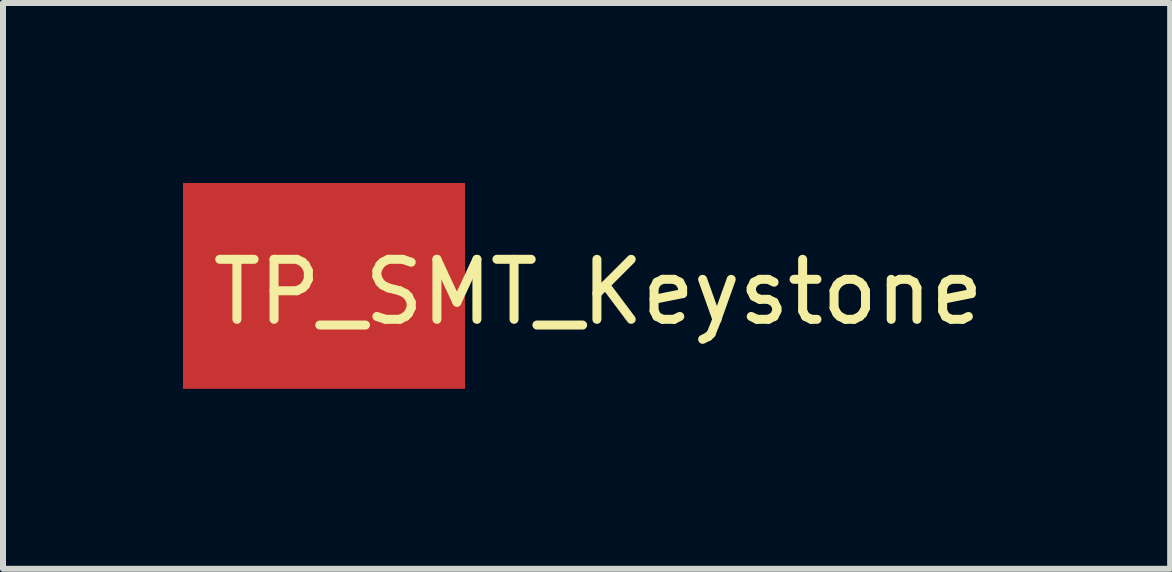
<source format=kicad_pcb>
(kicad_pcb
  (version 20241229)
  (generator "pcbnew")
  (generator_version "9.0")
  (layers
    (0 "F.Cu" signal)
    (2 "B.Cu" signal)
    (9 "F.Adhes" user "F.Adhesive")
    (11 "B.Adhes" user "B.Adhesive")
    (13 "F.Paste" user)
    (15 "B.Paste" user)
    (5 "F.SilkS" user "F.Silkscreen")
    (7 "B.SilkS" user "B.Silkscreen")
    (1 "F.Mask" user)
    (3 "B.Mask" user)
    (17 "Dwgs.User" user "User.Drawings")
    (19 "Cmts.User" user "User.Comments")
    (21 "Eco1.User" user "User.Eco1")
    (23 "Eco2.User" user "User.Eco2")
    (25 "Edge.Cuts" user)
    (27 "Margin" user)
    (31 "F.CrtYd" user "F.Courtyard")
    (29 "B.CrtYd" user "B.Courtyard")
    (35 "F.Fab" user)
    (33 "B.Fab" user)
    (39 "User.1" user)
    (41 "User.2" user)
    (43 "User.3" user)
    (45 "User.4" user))
  (footprint "TP_SMT_Keystone"
    (layer "F.Cu")
    (at 2.35 1.715)
    (property "Reference" "TP_SMT_Keystone" (at 4.572 0.102 0) (layer "F.SilkS") (effects (font (size 1 1) (thickness 0.15))))
    (attr through_hole)
    (pad "~" smd rect (at 0 0) (size 4.7 3.43) (layers "F.Cu" "F.Mask" "F.Paste")))
  (gr_rect
    (start -3 -3)
    (end 16.452 6.43)
    (stroke (width 0.1) (type default))
    (fill no)
    (layer "Edge.Cuts")))
</source>
